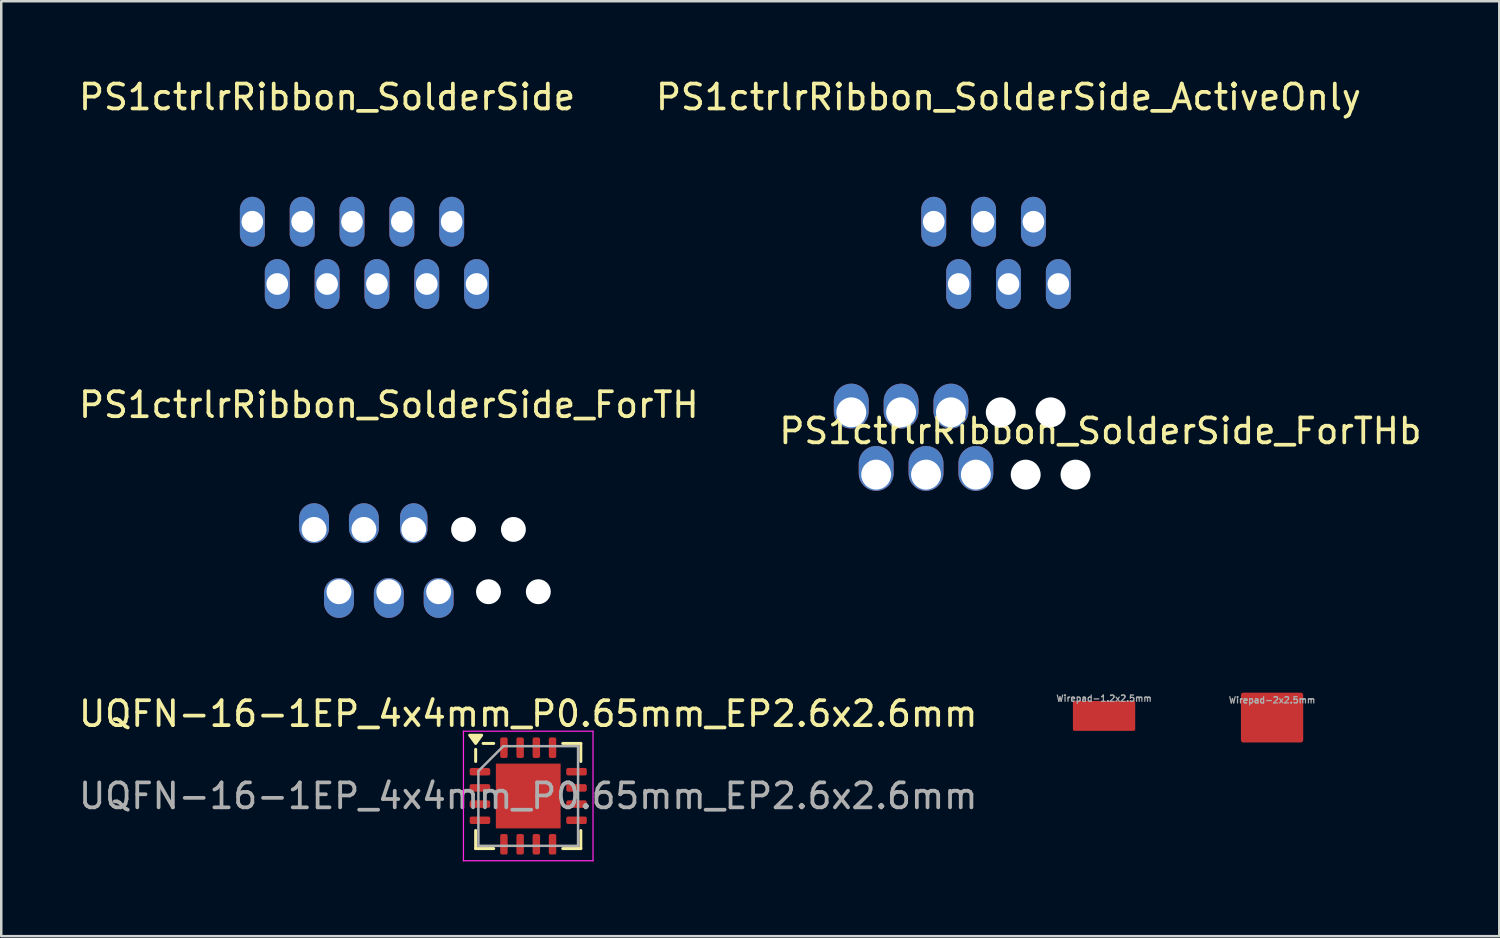
<source format=kicad_pcb>
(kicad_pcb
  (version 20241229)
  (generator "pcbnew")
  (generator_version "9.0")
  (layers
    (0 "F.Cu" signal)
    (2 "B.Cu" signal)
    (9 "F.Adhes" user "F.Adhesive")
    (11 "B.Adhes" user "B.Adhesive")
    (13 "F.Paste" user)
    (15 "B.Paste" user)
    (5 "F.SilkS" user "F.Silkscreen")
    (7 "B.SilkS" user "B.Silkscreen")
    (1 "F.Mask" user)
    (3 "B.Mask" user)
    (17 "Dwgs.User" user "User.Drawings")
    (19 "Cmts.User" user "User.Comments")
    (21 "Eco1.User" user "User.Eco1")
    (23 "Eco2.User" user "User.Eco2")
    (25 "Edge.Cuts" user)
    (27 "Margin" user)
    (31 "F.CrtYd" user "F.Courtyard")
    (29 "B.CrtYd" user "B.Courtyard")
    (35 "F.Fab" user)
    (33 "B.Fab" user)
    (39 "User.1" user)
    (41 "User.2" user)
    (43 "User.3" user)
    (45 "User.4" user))
  (footprint "PS1ctrlrRibbon_SolderSide"
    (layer "F.Cu")
    (at 7.077 5.848)
    (property "Reference" "PS1ctrlrRibbon_SolderSide" (at 3 -5 0) (layer "F.SilkS") (effects (font (size 1 1) (thickness 0.15))))
    (attr through_hole)
    (pad "1" thru_hole oval (at 4 0) (size 1 2) (drill 0.87) (layers "*.Cu" "*.Mask"))
    (pad "2" thru_hole oval (at 2 0) (size 1 2) (drill 0.87) (layers "*.Cu" "*.Mask"))
    (pad "3" thru_hole oval (at 6 0) (size 1 2) (drill 0.87) (layers "*.Cu" "*.Mask"))
    (pad "4" thru_hole oval (at 3 2.5) (size 1 2) (drill 0.87) (layers "*.Cu" "*.Mask"))
    (pad "5" thru_hole oval (at 1 2.5) (size 1 2) (drill 0.87) (layers "*.Cu" "*.Mask"))
    (pad "6" thru_hole oval (at 5 2.5) (size 1 2) (drill 0.87) (layers "*.Cu" "*.Mask"))
    (pad "7" thru_hole oval (at 0 0) (size 1 2) (drill 0.87) (layers "*.Cu" "*.Mask"))
    (pad "8" thru_hole oval (at 9 2.5) (size 1 2) (drill 0.87) (layers "*.Cu" "*.Mask"))
    (pad "9" thru_hole oval (at 8 0) (size 1 2) (drill 0.87) (layers "*.Cu" "*.Mask"))
    (pad "10" thru_hole oval (at 7 2.5) (size 1 2) (drill 0.87) (layers "*.Cu" "*.Mask")))
  (footprint "PS1ctrlrRibbon_SolderSide_ActiveOnly"
    (layer "F.Cu")
    (at 34.423 5.848)
    (property "Reference" "PS1ctrlrRibbon_SolderSide_ActiveOnly" (at 3 -5 0) (layer "F.SilkS") (effects (font (size 1 1) (thickness 0.15))))
    (attr through_hole)
    (pad "1" thru_hole oval (at 4 0) (size 1 2) (drill 0.87) (layers "*.Cu" "*.Mask"))
    (pad "2" thru_hole oval (at 2 0) (size 1 2) (drill 0.87) (layers "*.Cu" "*.Mask"))
    (pad "4" thru_hole oval (at 3 2.5) (size 1 2) (drill 0.87) (layers "*.Cu" "*.Mask"))
    (pad "5" thru_hole oval (at 1 2.5) (size 1 2) (drill 0.87) (layers "*.Cu" "*.Mask"))
    (pad "6" thru_hole oval (at 5 2.5) (size 1 2) (drill 0.87) (layers "*.Cu" "*.Mask"))
    (pad "7" thru_hole oval (at 0 0) (size 1 2) (drill 0.87) (layers "*.Cu" "*.Mask")))
  (footprint "PS1ctrlrRibbon_SolderSide_ForTHb"
    (layer "F.Cu")
    (at 31.113 13.498)
    (property "Reference" "PS1ctrlrRibbon_SolderSide_ForTHb" (at 10 0.75 0) (layer "F.SilkS") (effects (font (size 1 1) (thickness 0.15))))
    (attr through_hole)
    (pad "" np_thru_hole circle (at 6 0) (size 1.2 1.2) (drill 1.2) (layers "*.Cu" "*.Mask"))
    (pad "" np_thru_hole circle (at 7 2.5) (size 1.2 1.2) (drill 1.2) (layers "*.Cu" "*.Mask"))
    (pad "" np_thru_hole circle (at 8 0) (size 1.2 1.2) (drill 1.2) (layers "*.Cu" "*.Mask"))
    (pad "" np_thru_hole circle (at 9 2.5) (size 1.2 1.2) (drill 1.2) (layers "*.Cu" "*.Mask"))
    (pad "1" thru_hole oval (at 4 0) (size 1.4 1.8) (drill 1.2 (offset 0 -0.25)) (layers "*.Cu" "*.Mask"))
    (pad "2" thru_hole oval (at 2 0) (size 1.4 1.8) (drill 1.2 (offset 0 -0.25)) (layers "*.Cu" "*.Mask"))
    (pad "4" thru_hole oval (at 3 2.5) (size 1.4 1.8) (drill 1.2 (offset 0 -0.25)) (layers "*.Cu" "*.Mask"))
    (pad "5" thru_hole oval (at 1 2.5) (size 1.4 1.8) (drill 1.2 (offset 0 -0.25)) (layers "*.Cu" "*.Mask"))
    (pad "6" thru_hole oval (at 5 2.5) (size 1.4 1.8) (drill 1.2 (offset 0 -0.25)) (layers "*.Cu" "*.Mask"))
    (pad "7" thru_hole oval (at 0 0) (size 1.4 1.8) (drill 1.2 (offset 0 -0.25)) (layers "*.Cu" "*.Mask")))
  (footprint "PS1ctrlrRibbon_SolderSide_ForTH"
    (layer "F.Cu")
    (at 9.554 18.197)
    (property "Reference" "PS1ctrlrRibbon_SolderSide_ForTH" (at 3 -5 0) (layer "F.SilkS") (effects (font (size 1 1) (thickness 0.15))))
    (attr through_hole)
    (pad "" np_thru_hole circle (at 6 0) (size 1 1) (drill 1) (layers "*.Cu" "*.Mask"))
    (pad "" np_thru_hole circle (at 7 2.5) (size 1 1) (drill 1) (layers "*.Cu" "*.Mask"))
    (pad "" np_thru_hole circle (at 8 0) (size 1 1) (drill 1) (layers "*.Cu" "*.Mask"))
    (pad "" np_thru_hole circle (at 9 2.5) (size 1 1) (drill 1) (layers "*.Cu" "*.Mask"))
    (pad "1" thru_hole oval (at 4 0) (size 1.1 1.6) (drill 1 (offset 0 -0.25)) (layers "*.Cu" "*.Mask"))
    (pad "2" thru_hole oval (at 2 0) (size 1.2 1.6) (drill 1 (offset 0 -0.25)) (layers "*.Cu" "*.Mask"))
    (pad "4" thru_hole oval (at 3 2.5) (size 1.2 1.6) (drill 1 (offset 0 0.25)) (layers "*.Cu" "*.Mask"))
    (pad "5" thru_hole oval (at 1 2.5) (size 1.2 1.6) (drill 1 (offset 0 0.25)) (layers "*.Cu" "*.Mask"))
    (pad "6" thru_hole oval (at 5 2.5) (size 1.2 1.6) (drill 1 (offset 0 0.25)) (layers "*.Cu" "*.Mask"))
    (pad "7" thru_hole oval (at 0 0) (size 1.2 1.6) (drill 1 (offset 0 -0.25)) (layers "*.Cu" "*.Mask")))
  (footprint "UQFN-16-1EP_4x4mm_P0.65mm_EP2.6x2.6mm"
    (layer "F.Cu")
    (at 18.149 28.895)
    (property "Reference" "UQFN-16-1EP_4x4mm_P0.65mm_EP2.6x2.6mm" (at 0 -3.3 180) (layer "F.SilkS") (effects (font (size 1 1) (thickness 0.15))))
    (attr smd)
    (fp_line (start -2.11 -1.385) (end -2.11 -1.87) (stroke (width 0.12) (type solid)) (layer "F.SilkS"))
    (fp_line (start -2.11 2.11) (end -2.11 1.385) (stroke (width 0.12) (type solid)) (layer "F.SilkS"))
    (fp_line (start -1.385 -2.11) (end -1.81 -2.11) (stroke (width 0.12) (type solid)) (layer "F.SilkS"))
    (fp_line (start -1.385 2.11) (end -2.11 2.11) (stroke (width 0.12) (type solid)) (layer "F.SilkS"))
    (fp_line (start 1.385 -2.11) (end 2.11 -2.11) (stroke (width 0.12) (type solid)) (layer "F.SilkS"))
    (fp_line (start 1.385 2.11) (end 2.11 2.11) (stroke (width 0.12) (type solid)) (layer "F.SilkS"))
    (fp_line (start 2.11 -2.11) (end 2.11 -1.385) (stroke (width 0.12) (type solid)) (layer "F.SilkS"))
    (fp_line (start 2.11 2.11) (end 2.11 1.385) (stroke (width 0.12) (type solid)) (layer "F.SilkS"))
    (fp_poly (pts (xy -2.11 -2.11) (xy -2.35 -2.44) (xy -1.87 -2.44) (xy -2.11 -2.11)) (stroke (width 0.12) (type solid)) (fill yes) (layer "F.SilkS"))
    (fp_line (start -2.6 -2.6) (end -2.6 2.6) (stroke (width 0.05) (type solid)) (layer "F.CrtYd"))
    (fp_line (start -2.6 2.6) (end 2.6 2.6) (stroke (width 0.05) (type solid)) (layer "F.CrtYd"))
    (fp_line (start 2.6 -2.6) (end -2.6 -2.6) (stroke (width 0.05) (type solid)) (layer "F.CrtYd"))
    (fp_line (start 2.6 2.6) (end 2.6 -2.6) (stroke (width 0.05) (type solid)) (layer "F.CrtYd"))
    (fp_line (start -2 -1) (end -1 -2) (stroke (width 0.1) (type solid)) (layer "F.Fab"))
    (fp_line (start -2 2) (end -2 -1) (stroke (width 0.1) (type solid)) (layer "F.Fab"))
    (fp_line (start -1 -2) (end 2 -2) (stroke (width 0.1) (type solid)) (layer "F.Fab"))
    (fp_line (start 2 -2) (end 2 2) (stroke (width 0.1) (type solid)) (layer "F.Fab"))
    (fp_line (start 2 2) (end -2 2) (stroke (width 0.1) (type solid)) (layer "F.Fab"))
    (fp_text user "${REFERENCE}" (at 0 0 180) (layer "F.Fab") (effects (font (size 1 1) (thickness 0.15))))
    (pad "" smd roundrect (at -0.65 -0.65) (size 1.05 1.05) (layers "F.Paste") (roundrect_rratio 0.238))
    (pad "" smd roundrect (at -0.65 0.65) (size 1.05 1.05) (layers "F.Paste") (roundrect_rratio 0.238))
    (pad "" smd roundrect (at 0.65 -0.65) (size 1.05 1.05) (layers "F.Paste") (roundrect_rratio 0.238))
    (pad "" smd roundrect (at 0.65 0.65) (size 1.05 1.05) (layers "F.Paste") (roundrect_rratio 0.238))
    (pad "1" smd roundrect (at -1.938 -0.975) (size 0.825 0.3) (layers "F.Cu" "F.Mask" "F.Paste") (roundrect_rratio 0.25))
    (pad "2" smd roundrect (at -1.938 -0.325) (size 0.825 0.3) (layers "F.Cu" "F.Mask" "F.Paste") (roundrect_rratio 0.25))
    (pad "3" smd roundrect (at -1.938 0.325) (size 0.825 0.3) (layers "F.Cu" "F.Mask" "F.Paste") (roundrect_rratio 0.25))
    (pad "4" smd roundrect (at -1.938 0.975) (size 0.825 0.3) (layers "F.Cu" "F.Mask" "F.Paste") (roundrect_rratio 0.25))
    (pad "5" smd roundrect (at -0.975 1.938) (size 0.3 0.825) (layers "F.Cu" "F.Mask" "F.Paste") (roundrect_rratio 0.25))
    (pad "6" smd roundrect (at -0.325 1.938) (size 0.3 0.825) (layers "F.Cu" "F.Mask" "F.Paste") (roundrect_rratio 0.25))
    (pad "7" smd roundrect (at 0.325 1.938) (size 0.3 0.825) (layers "F.Cu" "F.Mask" "F.Paste") (roundrect_rratio 0.25))
    (pad "8" smd roundrect (at 0.975 1.938) (size 0.3 0.825) (layers "F.Cu" "F.Mask" "F.Paste") (roundrect_rratio 0.25))
    (pad "9" smd roundrect (at 1.938 0.975) (size 0.825 0.3) (layers "F.Cu" "F.Mask" "F.Paste") (roundrect_rratio 0.25))
    (pad "10" smd roundrect (at 1.938 0.325) (size 0.825 0.3) (layers "F.Cu" "F.Mask" "F.Paste") (roundrect_rratio 0.25))
    (pad "11" smd roundrect (at 1.938 -0.325) (size 0.825 0.3) (layers "F.Cu" "F.Mask" "F.Paste") (roundrect_rratio 0.25))
    (pad "12" smd roundrect (at 1.938 -0.975) (size 0.825 0.3) (layers "F.Cu" "F.Mask" "F.Paste") (roundrect_rratio 0.25))
    (pad "13" smd roundrect (at 0.975 -1.938) (size 0.3 0.825) (layers "F.Cu" "F.Mask" "F.Paste") (roundrect_rratio 0.25))
    (pad "14" smd roundrect (at 0.325 -1.938) (size 0.3 0.825) (layers "F.Cu" "F.Mask" "F.Paste") (roundrect_rratio 0.25))
    (pad "15" smd roundrect (at -0.325 -1.938) (size 0.3 0.825) (layers "F.Cu" "F.Mask" "F.Paste") (roundrect_rratio 0.25))
    (pad "16" smd roundrect (at -0.975 -1.938) (size 0.3 0.825) (layers "F.Cu" "F.Mask" "F.Paste") (roundrect_rratio 0.25))
    (pad "17" smd rect (at 0 0) (size 2.6 2.6) (property pad_prop_heatsink) (layers "F.Cu" "F.Mask")))
  (footprint "Wirepad-2x2.5mm"
    (layer "F.Cu")
    (at 48.001 25.747)
    (property "Reference" "Wirepad-2x2.5mm" (at 0 -0.7 0) (layer "F.Fab") (effects (font (size 0.25 0.25) (thickness 0.05))))
    (attr smd)
    (pad "1" smd roundrect (at 0 0 90) (size 2 2.5) (layers "F.Cu" "F.Mask" "F.Paste") (roundrect_rratio 0.05)))
  (footprint "Wirepad-1.2x2.5mm"
    (layer "F.Cu")
    (at 41.258 25.68)
    (property "Reference" "Wirepad-1.2x2.5mm" (at 0 -0.7 0) (layer "F.Fab") (effects (font (size 0.25 0.25) (thickness 0.05))))
    (attr smd)
    (pad "1" smd roundrect (at 0 0 90) (size 1.2 2.5) (layers "F.Cu" "F.Mask" "F.Paste") (roundrect_rratio 0.05)))
  (gr_rect
    (start -3 -3)
    (end 57.119 34.52)
    (stroke (width 0.1) (type default))
    (fill no)
    (layer "Edge.Cuts")))
</source>
